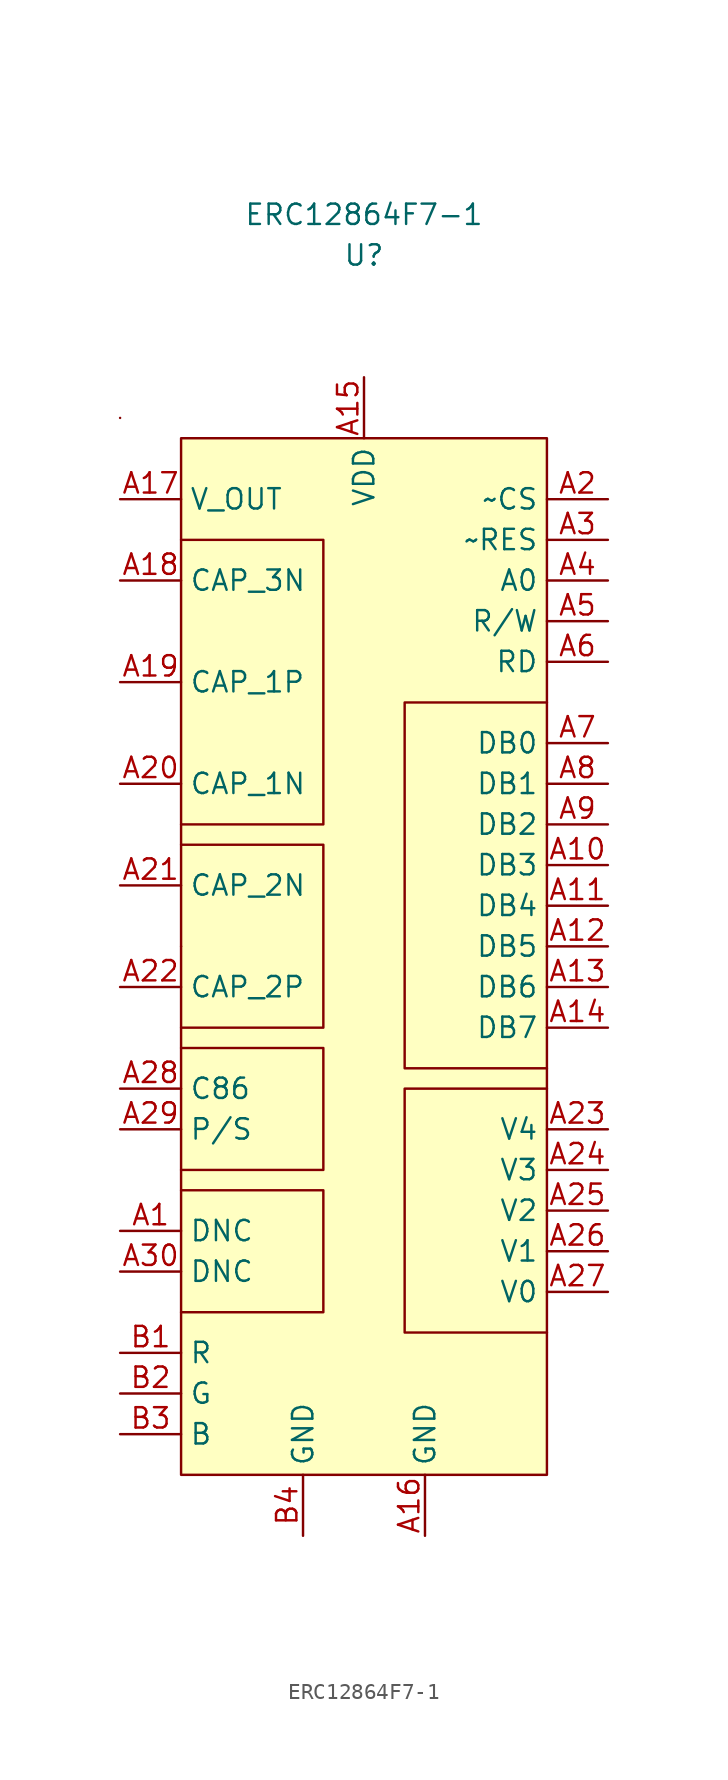
<source format=kicad_sym>
(kicad_symbol_lib
  (version 20211014)
  (generator kicad_symbol_editor)
  (symbol "ERC12864F7-1"
    (property "Reference" "U"
      (at 0 49.53 0)
      (effects (font (size 1.27 1.27))))
    (property "Value" "ERC12864F7-1"
      (at 0 52.07 0)
      (effects (font (size 1.27 1.27))))
    (symbol "ERC12864F7-1_0_1"
      (rectangle (start -15.24 39.37) (end -15.24 39.37) (stroke (width 0) (type default) (color 0 0 0 0)) (fill (type background)))
      (rectangle (start -11.43 6.35) (end -11.43 6.35) (stroke (width 0) (type default) (color 0 0 0 0)) (fill (type none)))
      (rectangle (start -11.43 38.1) (end 11.43 -26.67) (stroke (width 0) (type default) (color 0 0 0 0)) (fill (type background)))
      (polyline (pts (xy -11.43 -8.89) (xy -2.54 -8.89) (xy -2.54 -16.51) (xy -11.43 -16.51)) (stroke (width 0) (type default) (color 0 0 0 0)) (fill (type none)))
      (polyline (pts (xy -11.43 0) (xy -2.54 0) (xy -2.54 -7.62) (xy -11.43 -7.62)) (stroke (width 0) (type default) (color 0 0 0 0)) (fill (type none)))
      (polyline (pts (xy -11.43 12.7) (xy -2.54 12.7) (xy -2.54 1.27) (xy -11.43 1.27)) (stroke (width 0) (type default) (color 0 0 0 0)) (fill (type none)))
      (polyline (pts (xy -11.43 31.75) (xy -2.54 31.75) (xy -2.54 13.97) (xy -11.43 13.97)) (stroke (width 0) (type default) (color 0 0 0 0)) (fill (type none)))
      (polyline (pts (xy 11.43 -2.54) (xy 2.54 -2.54) (xy 2.54 -17.78) (xy 11.43 -17.78)) (stroke (width 0) (type default) (color 0 0 0 0)) (fill (type none)))
      (polyline (pts (xy 11.43 21.59) (xy 2.54 21.59) (xy 2.54 -1.27) (xy 11.43 -1.27)) (stroke (width 0) (type default) (color 0 0 0 0)) (fill (type none))))
    (symbol "ERC12864F7-1_1_1"
      (pin passive line (at -15.24 -11.43 0) (length 3.81) (name "DNC" (effects (font (size 1.27 1.27)))) (number "A1" (effects (font (size 1.27 1.27)))))
      (pin passive line (at 15.24 11.43 180) (length 3.81) (name "DB3" (effects (font (size 1.27 1.27)))) (number "A10" (effects (font (size 1.27 1.27)))))
      (pin passive line (at 15.24 8.89 180) (length 3.81) (name "DB4" (effects (font (size 1.27 1.27)))) (number "A11" (effects (font (size 1.27 1.27)))))
      (pin passive line (at 15.24 6.35 180) (length 3.81) (name "DB5" (effects (font (size 1.27 1.27)))) (number "A12" (effects (font (size 1.27 1.27)))))
      (pin passive line (at 15.24 3.81 180) (length 3.81) (name "DB6" (effects (font (size 1.27 1.27)))) (number "A13" (effects (font (size 1.27 1.27)))))
      (pin passive line (at 15.24 1.27 180) (length 3.81) (name "DB7" (effects (font (size 1.27 1.27)))) (number "A14" (effects (font (size 1.27 1.27)))))
      (pin passive line (at 0 41.91 270) (length 3.81) (name "VDD" (effects (font (size 1.27 1.27)))) (number "A15" (effects (font (size 1.27 1.27)))))
      (pin passive line (at 3.81 -30.48 90) (length 3.81) (name "GND" (effects (font (size 1.27 1.27)))) (number "A16" (effects (font (size 1.27 1.27)))))
      (pin passive line (at -15.24 34.29 0) (length 3.81) (name "V_OUT" (effects (font (size 1.27 1.27)))) (number "A17" (effects (font (size 1.27 1.27)))))
      (pin passive line (at -15.24 29.21 0) (length 3.81) (name "CAP_3N" (effects (font (size 1.27 1.27)))) (number "A18" (effects (font (size 1.27 1.27)))))
      (pin passive line (at -15.24 22.86 0) (length 3.81) (name "CAP_1P" (effects (font (size 1.27 1.27)))) (number "A19" (effects (font (size 1.27 1.27)))))
      (pin passive line (at 15.24 34.29 180) (length 3.81) (name "~CS" (effects (font (size 1.27 1.27)))) (number "A2" (effects (font (size 1.27 1.27)))))
      (pin passive line (at -15.24 16.51 0) (length 3.81) (name "CAP_1N" (effects (font (size 1.27 1.27)))) (number "A20" (effects (font (size 1.27 1.27)))))
      (pin passive line (at -15.24 10.16 0) (length 3.81) (name "CAP_2N" (effects (font (size 1.27 1.27)))) (number "A21" (effects (font (size 1.27 1.27)))))
      (pin passive line (at -15.24 3.81 0) (length 3.81) (name "CAP_2P" (effects (font (size 1.27 1.27)))) (number "A22" (effects (font (size 1.27 1.27)))))
      (pin passive line (at 15.24 -5.08 180) (length 3.81) (name "V4" (effects (font (size 1.27 1.27)))) (number "A23" (effects (font (size 1.27 1.27)))))
      (pin passive line (at 15.24 -7.62 180) (length 3.81) (name "V3" (effects (font (size 1.27 1.27)))) (number "A24" (effects (font (size 1.27 1.27)))))
      (pin passive line (at 15.24 -10.16 180) (length 3.81) (name "V2" (effects (font (size 1.27 1.27)))) (number "A25" (effects (font (size 1.27 1.27)))))
      (pin passive line (at 15.24 -12.7 180) (length 3.81) (name "V1" (effects (font (size 1.27 1.27)))) (number "A26" (effects (font (size 1.27 1.27)))))
      (pin passive line (at 15.24 -15.24 180) (length 3.81) (name "V0" (effects (font (size 1.27 1.27)))) (number "A27" (effects (font (size 1.27 1.27)))))
      (pin passive line (at -15.24 -2.54 0) (length 3.81) (name "C86" (effects (font (size 1.27 1.27)))) (number "A28" (effects (font (size 1.27 1.27)))))
      (pin passive line (at -15.24 -5.08 0) (length 3.81) (name "P/S" (effects (font (size 1.27 1.27)))) (number "A29" (effects (font (size 1.27 1.27)))))
      (pin passive line (at 15.24 31.75 180) (length 3.81) (name "~RES" (effects (font (size 1.27 1.27)))) (number "A3" (effects (font (size 1.27 1.27)))))
      (pin passive line (at -15.24 -13.97 0) (length 3.81) (name "DNC" (effects (font (size 1.27 1.27)))) (number "A30" (effects (font (size 1.27 1.27)))))
      (pin passive line (at 15.24 29.21 180) (length 3.81) (name "A0" (effects (font (size 1.27 1.27)))) (number "A4" (effects (font (size 1.27 1.27)))))
      (pin passive line (at 15.24 26.67 180) (length 3.81) (name "R/W" (effects (font (size 1.27 1.27)))) (number "A5" (effects (font (size 1.27 1.27)))))
      (pin passive line (at 15.24 24.13 180) (length 3.81) (name "RD" (effects (font (size 1.27 1.27)))) (number "A6" (effects (font (size 1.27 1.27)))))
      (pin passive line (at 15.24 19.05 180) (length 3.81) (name "DB0" (effects (font (size 1.27 1.27)))) (number "A7" (effects (font (size 1.27 1.27)))))
      (pin passive line (at 15.24 16.51 180) (length 3.81) (name "DB1" (effects (font (size 1.27 1.27)))) (number "A8" (effects (font (size 1.27 1.27)))))
      (pin passive line (at 15.24 13.97 180) (length 3.81) (name "DB2" (effects (font (size 1.27 1.27)))) (number "A9" (effects (font (size 1.27 1.27)))))
      (pin passive line (at -15.24 -19.05 0) (length 3.81) (name "R" (effects (font (size 1.27 1.27)))) (number "B1" (effects (font (size 1.27 1.27)))))
      (pin passive line (at -15.24 -21.59 0) (length 3.81) (name "G" (effects (font (size 1.27 1.27)))) (number "B2" (effects (font (size 1.27 1.27)))))
      (pin passive line (at -15.24 -24.13 0) (length 3.81) (name "B" (effects (font (size 1.27 1.27)))) (number "B3" (effects (font (size 1.27 1.27)))))
      (pin passive line (at -3.81 -30.48 90) (length 3.81) (name "GND" (effects (font (size 1.27 1.27)))) (number "B4" (effects (font (size 1.27 1.27))))))))
</source>
